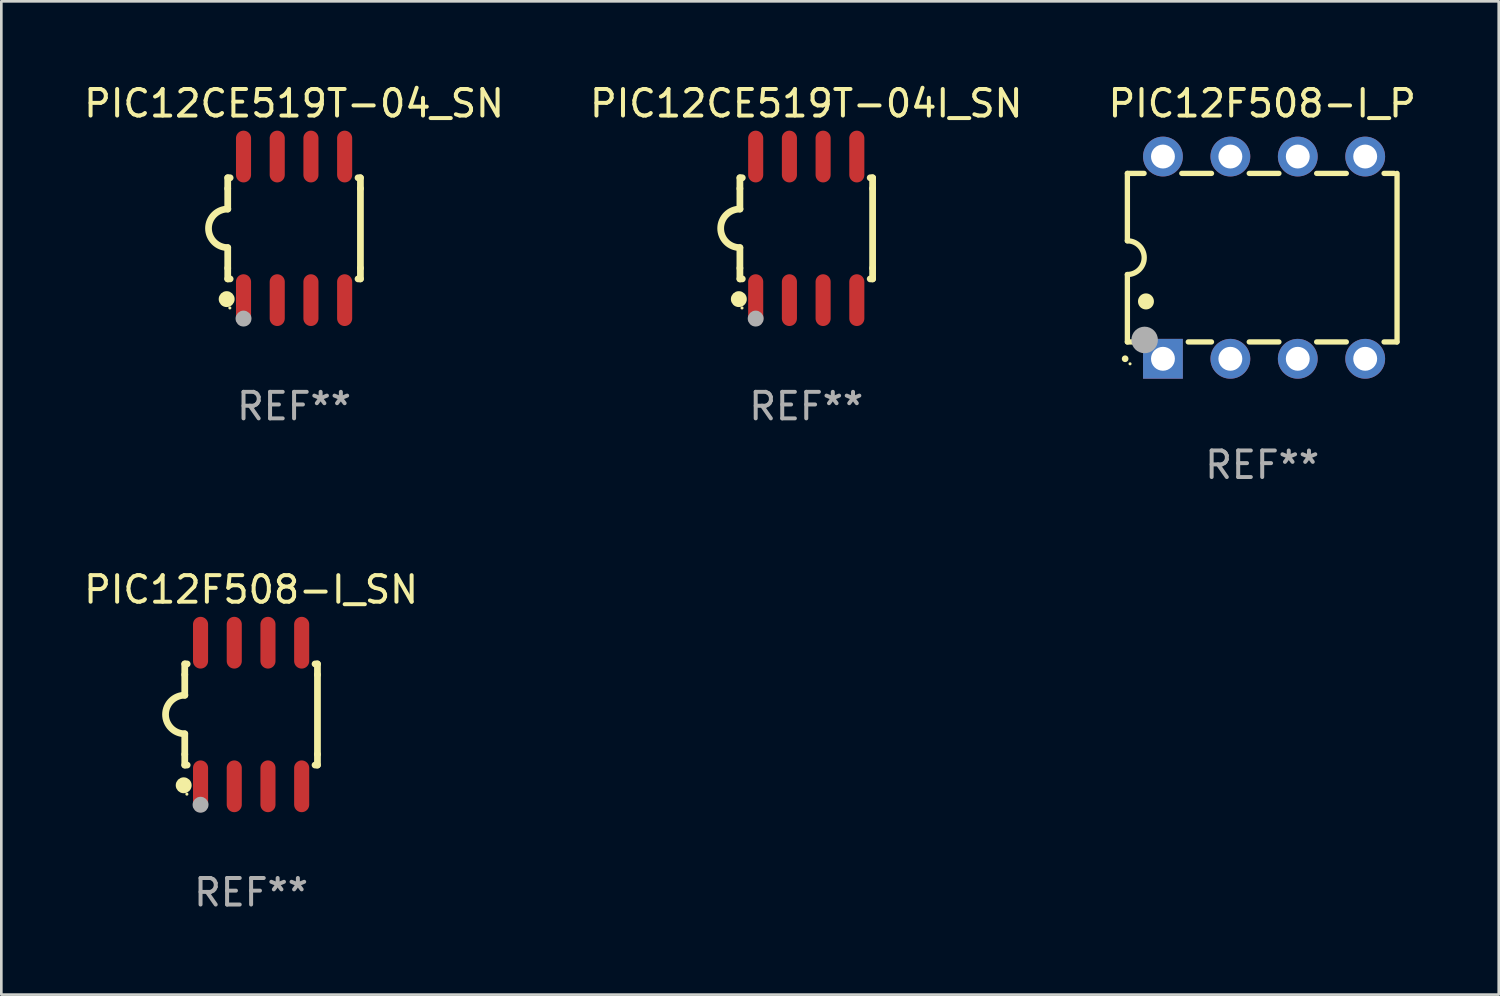
<source format=kicad_pcb>
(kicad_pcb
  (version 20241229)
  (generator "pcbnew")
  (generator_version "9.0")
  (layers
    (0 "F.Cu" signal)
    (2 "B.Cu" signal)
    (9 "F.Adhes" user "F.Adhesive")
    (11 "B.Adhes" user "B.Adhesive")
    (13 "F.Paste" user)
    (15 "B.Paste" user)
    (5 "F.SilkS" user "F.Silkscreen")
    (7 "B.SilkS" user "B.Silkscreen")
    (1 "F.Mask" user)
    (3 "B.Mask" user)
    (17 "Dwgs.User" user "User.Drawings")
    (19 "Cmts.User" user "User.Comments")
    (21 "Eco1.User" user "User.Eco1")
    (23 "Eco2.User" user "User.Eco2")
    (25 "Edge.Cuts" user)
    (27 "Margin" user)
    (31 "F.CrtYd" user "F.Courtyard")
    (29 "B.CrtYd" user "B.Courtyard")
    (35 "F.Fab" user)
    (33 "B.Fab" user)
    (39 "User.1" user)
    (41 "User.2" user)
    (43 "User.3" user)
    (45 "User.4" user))
  (footprint "PIC12CE519T-04_SN"
    (layer "F.Cu")
    (at 8.03 5.553)
    (property "Reference" "PIC12CE519T-04_SN" (at 0 -4.705 0) (layer "F.SilkS") (effects (font (size 1 1) (thickness 0.15))))
    (attr through_hole)
    (fp_line (start -2.5 -1.905) (end -2.409 -1.905) (stroke (width 0.254) (type solid)) (layer "F.SilkS"))
    (fp_line (start -2.5 -1.5) (end -2.5 -1.905) (stroke (width 0.254) (type solid)) (layer "F.SilkS"))
    (fp_line (start -2.5 -1.5) (end -2.5 -0.726) (stroke (width 0.254) (type solid)) (layer "F.SilkS"))
    (fp_line (start -2.5 1.5) (end -2.5 0.727) (stroke (width 0.254) (type solid)) (layer "F.SilkS"))
    (fp_line (start -2.5 1.5) (end -2.5 1.905) (stroke (width 0.254) (type solid)) (layer "F.SilkS"))
    (fp_line (start -2.5 1.905) (end -2.409 1.905) (stroke (width 0.254) (type solid)) (layer "F.SilkS"))
    (fp_line (start 2.5 -1.905) (end 2.409 -1.905) (stroke (width 0.254) (type solid)) (layer "F.SilkS"))
    (fp_line (start 2.5 -1.5) (end 2.5 -1.905) (stroke (width 0.254) (type solid)) (layer "F.SilkS"))
    (fp_line (start 2.5 -1.5) (end 2.5 1.5) (stroke (width 0.254) (type solid)) (layer "F.SilkS"))
    (fp_line (start 2.5 1.5) (end 2.5 1.905) (stroke (width 0.254) (type solid)) (layer "F.SilkS"))
    (fp_line (start 2.5 1.905) (end 2.409 1.905) (stroke (width 0.254) (type solid)) (layer "F.SilkS"))
    (fp_arc (start -2.5 0.726568) (mid -3.220316 -0.0023) (end -2.495097 -0.726289) (stroke (width 0.254001) (type solid)) (layer "F.SilkS"))
    (fp_circle (center -2.54 2.667) (end -2.39 2.667) (stroke (width 0.3) (type solid)) (fill no) (layer "F.SilkS"))
    (fp_circle (center -2.42 3) (end -2.39 3) (stroke (width 0.06) (type solid)) (fill no) (layer "F.SilkS"))
    (fp_circle (center -1.905 3.4) (end -1.755 3.4) (stroke (width 0.3) (type solid)) (fill no) (layer "F.Fab"))
    (fp_text user "REF**" (at 0 6.705 0) (layer "F.Fab") (effects (font (size 1 1) (thickness 0.15))))
    (pad "1" smd oval (at -1.905 2.705) (size 0.568 1.95) (layers "F.Cu" "F.Mask" "F.Paste"))
    (pad "2" smd oval (at -0.635 2.705) (size 0.568 1.95) (layers "F.Cu" "F.Mask" "F.Paste"))
    (pad "3" smd oval (at 0.635 2.705) (size 0.568 1.95) (layers "F.Cu" "F.Mask" "F.Paste"))
    (pad "4" smd oval (at 1.905 2.705) (size 0.568 1.95) (layers "F.Cu" "F.Mask" "F.Paste"))
    (pad "5" smd oval (at 1.905 -2.705) (size 0.568 1.95) (layers "F.Cu" "F.Mask" "F.Paste"))
    (pad "6" smd oval (at 0.635 -2.705) (size 0.568 1.95) (layers "F.Cu" "F.Mask" "F.Paste"))
    (pad "7" smd oval (at -0.635 -2.705) (size 0.568 1.95) (layers "F.Cu" "F.Mask" "F.Paste"))
    (pad "8" smd oval (at -1.905 -2.705) (size 0.568 1.95) (layers "F.Cu" "F.Mask" "F.Paste")))
  (footprint "PIC12CE519T-04I_SN"
    (layer "F.Cu")
    (at 27.327 5.553)
    (property "Reference" "PIC12CE519T-04I_SN" (at 0 -4.705 0) (layer "F.SilkS") (effects (font (size 1 1) (thickness 0.15))))
    (attr through_hole)
    (fp_line (start -2.5 -1.905) (end -2.409 -1.905) (stroke (width 0.254) (type solid)) (layer "F.SilkS"))
    (fp_line (start -2.5 -1.5) (end -2.5 -1.905) (stroke (width 0.254) (type solid)) (layer "F.SilkS"))
    (fp_line (start -2.5 -1.5) (end -2.5 -0.726) (stroke (width 0.254) (type solid)) (layer "F.SilkS"))
    (fp_line (start -2.5 1.5) (end -2.5 0.727) (stroke (width 0.254) (type solid)) (layer "F.SilkS"))
    (fp_line (start -2.5 1.5) (end -2.5 1.905) (stroke (width 0.254) (type solid)) (layer "F.SilkS"))
    (fp_line (start -2.5 1.905) (end -2.409 1.905) (stroke (width 0.254) (type solid)) (layer "F.SilkS"))
    (fp_line (start 2.5 -1.905) (end 2.409 -1.905) (stroke (width 0.254) (type solid)) (layer "F.SilkS"))
    (fp_line (start 2.5 -1.5) (end 2.5 -1.905) (stroke (width 0.254) (type solid)) (layer "F.SilkS"))
    (fp_line (start 2.5 -1.5) (end 2.5 1.5) (stroke (width 0.254) (type solid)) (layer "F.SilkS"))
    (fp_line (start 2.5 1.5) (end 2.5 1.905) (stroke (width 0.254) (type solid)) (layer "F.SilkS"))
    (fp_line (start 2.5 1.905) (end 2.409 1.905) (stroke (width 0.254) (type solid)) (layer "F.SilkS"))
    (fp_arc (start -2.5 0.726568) (mid -3.220316 -0.0023) (end -2.495097 -0.726289) (stroke (width 0.254001) (type solid)) (layer "F.SilkS"))
    (fp_circle (center -2.54 2.667) (end -2.39 2.667) (stroke (width 0.3) (type solid)) (fill no) (layer "F.SilkS"))
    (fp_circle (center -2.42 3) (end -2.39 3) (stroke (width 0.06) (type solid)) (fill no) (layer "F.SilkS"))
    (fp_circle (center -1.905 3.4) (end -1.755 3.4) (stroke (width 0.3) (type solid)) (fill no) (layer "F.Fab"))
    (fp_text user "REF**" (at 0 6.705 0) (layer "F.Fab") (effects (font (size 1 1) (thickness 0.15))))
    (pad "1" smd oval (at -1.905 2.705) (size 0.568 1.95) (layers "F.Cu" "F.Mask" "F.Paste"))
    (pad "2" smd oval (at -0.635 2.705) (size 0.568 1.95) (layers "F.Cu" "F.Mask" "F.Paste"))
    (pad "3" smd oval (at 0.635 2.705) (size 0.568 1.95) (layers "F.Cu" "F.Mask" "F.Paste"))
    (pad "4" smd oval (at 1.905 2.705) (size 0.568 1.95) (layers "F.Cu" "F.Mask" "F.Paste"))
    (pad "5" smd oval (at 1.905 -2.705) (size 0.568 1.95) (layers "F.Cu" "F.Mask" "F.Paste"))
    (pad "6" smd oval (at 0.635 -2.705) (size 0.568 1.95) (layers "F.Cu" "F.Mask" "F.Paste"))
    (pad "7" smd oval (at -0.635 -2.705) (size 0.568 1.95) (layers "F.Cu" "F.Mask" "F.Paste"))
    (pad "8" smd oval (at -1.905 -2.705) (size 0.568 1.95) (layers "F.Cu" "F.Mask" "F.Paste")))
  (footprint "PIC12F508-I_SN"
    (layer "F.Cu")
    (at 6.411 23.87)
    (property "Reference" "PIC12F508-I_SN" (at 0 -4.705 0) (layer "F.SilkS") (effects (font (size 1 1) (thickness 0.15))))
    (attr through_hole)
    (fp_line (start -2.5 -1.905) (end -2.409 -1.905) (stroke (width 0.254) (type solid)) (layer "F.SilkS"))
    (fp_line (start -2.5 -1.5) (end -2.5 -1.905) (stroke (width 0.254) (type solid)) (layer "F.SilkS"))
    (fp_line (start -2.5 -1.5) (end -2.5 -0.726) (stroke (width 0.254) (type solid)) (layer "F.SilkS"))
    (fp_line (start -2.5 1.5) (end -2.5 0.727) (stroke (width 0.254) (type solid)) (layer "F.SilkS"))
    (fp_line (start -2.5 1.5) (end -2.5 1.905) (stroke (width 0.254) (type solid)) (layer "F.SilkS"))
    (fp_line (start -2.5 1.905) (end -2.409 1.905) (stroke (width 0.254) (type solid)) (layer "F.SilkS"))
    (fp_line (start 2.5 -1.905) (end 2.409 -1.905) (stroke (width 0.254) (type solid)) (layer "F.SilkS"))
    (fp_line (start 2.5 -1.5) (end 2.5 -1.905) (stroke (width 0.254) (type solid)) (layer "F.SilkS"))
    (fp_line (start 2.5 -1.5) (end 2.5 1.5) (stroke (width 0.254) (type solid)) (layer "F.SilkS"))
    (fp_line (start 2.5 1.5) (end 2.5 1.905) (stroke (width 0.254) (type solid)) (layer "F.SilkS"))
    (fp_line (start 2.5 1.905) (end 2.409 1.905) (stroke (width 0.254) (type solid)) (layer "F.SilkS"))
    (fp_arc (start -2.5 0.726568) (mid -3.220316 -0.0023) (end -2.495097 -0.726289) (stroke (width 0.254001) (type solid)) (layer "F.SilkS"))
    (fp_circle (center -2.54 2.667) (end -2.39 2.667) (stroke (width 0.3) (type solid)) (fill no) (layer "F.SilkS"))
    (fp_circle (center -2.42 3) (end -2.39 3) (stroke (width 0.06) (type solid)) (fill no) (layer "F.SilkS"))
    (fp_circle (center -1.905 3.4) (end -1.755 3.4) (stroke (width 0.3) (type solid)) (fill no) (layer "F.Fab"))
    (fp_text user "REF**" (at 0 6.705 0) (layer "F.Fab") (effects (font (size 1 1) (thickness 0.15))))
    (pad "1" smd oval (at -1.905 2.705) (size 0.568 1.95) (layers "F.Cu" "F.Mask" "F.Paste"))
    (pad "2" smd oval (at -0.635 2.705) (size 0.568 1.95) (layers "F.Cu" "F.Mask" "F.Paste"))
    (pad "3" smd oval (at 0.635 2.705) (size 0.568 1.95) (layers "F.Cu" "F.Mask" "F.Paste"))
    (pad "4" smd oval (at 1.905 2.705) (size 0.568 1.95) (layers "F.Cu" "F.Mask" "F.Paste"))
    (pad "5" smd oval (at 1.905 -2.705) (size 0.568 1.95) (layers "F.Cu" "F.Mask" "F.Paste"))
    (pad "6" smd oval (at 0.635 -2.705) (size 0.568 1.95) (layers "F.Cu" "F.Mask" "F.Paste"))
    (pad "7" smd oval (at -0.635 -2.705) (size 0.568 1.95) (layers "F.Cu" "F.Mask" "F.Paste"))
    (pad "8" smd oval (at -1.905 -2.705) (size 0.568 1.95) (layers "F.Cu" "F.Mask" "F.Paste")))
  (footprint "PIC12F508-I_P"
    (layer "F.Cu")
    (at 44.506 6.658)
    (property "Reference" "PIC12F508-I_P" (at 0 -5.81 0) (layer "F.SilkS") (effects (font (size 1 1) (thickness 0.15))))
    (attr through_hole)
    (fp_line (start -5.08 -3.175) (end -4.451 -3.175) (stroke (width 0.2) (type solid)) (layer "F.SilkS"))
    (fp_line (start -5.08 -0.635) (end -5.08 -3.175) (stroke (width 0.2) (type solid)) (layer "F.SilkS"))
    (fp_line (start -5.08 3.175) (end -5.08 0.635) (stroke (width 0.2) (type solid)) (layer "F.SilkS"))
    (fp_line (start -4.694 3.175) (end -5.08 3.175) (stroke (width 0.2) (type solid)) (layer "F.SilkS"))
    (fp_line (start -3.029 -3.175) (end -1.911 -3.175) (stroke (width 0.2) (type solid)) (layer "F.SilkS"))
    (fp_line (start -1.911 3.175) (end -2.786 3.175) (stroke (width 0.2) (type solid)) (layer "F.SilkS"))
    (fp_line (start -0.489 -3.175) (end 0.629 -3.175) (stroke (width 0.2) (type solid)) (layer "F.SilkS"))
    (fp_line (start 0.629 3.175) (end -0.489 3.175) (stroke (width 0.2) (type solid)) (layer "F.SilkS"))
    (fp_line (start 2.051 -3.175) (end 3.169 -3.175) (stroke (width 0.2) (type solid)) (layer "F.SilkS"))
    (fp_line (start 3.169 3.175) (end 2.051 3.175) (stroke (width 0.2) (type solid)) (layer "F.SilkS"))
    (fp_line (start 4.591 -3.175) (end 4.97 -3.175) (stroke (width 0.2) (type solid)) (layer "F.SilkS"))
    (fp_line (start 5.074 3.175) (end 4.591 3.175) (stroke (width 0.2) (type solid)) (layer "F.SilkS"))
    (fp_line (start 5.08 -3.175) (end 5.08 3.175) (stroke (width 0.2) (type solid)) (layer "F.SilkS"))
    (fp_arc (start -5.164948 3.810008) (mid -5.164955 3.808738) (end -5.164948 3.807468) (stroke (width 0.25) (type solid)) (layer "F.SilkS"))
    (fp_arc (start -5.081128 -0.635001) (mid -4.446127 0) (end -5.081128 0.635001) (stroke (width 0.2) (type solid)) (layer "F.SilkS"))
    (fp_arc (start -4.380086 1.651003) (mid -4.380097 1.648463) (end -4.380086 1.645923) (stroke (width 0.6) (type solid)) (layer "F.SilkS"))
    (fp_circle (center -4.98 4) (end -4.95 4) (stroke (width 0.06) (type solid)) (fill no) (layer "F.SilkS"))
    (fp_circle (center -4.43 3.1) (end -4.18 3.1) (stroke (width 0.5) (type solid)) (fill no) (layer "F.Fab"))
    (fp_text user "REF**" (at 0 7.81 0) (layer "F.Fab") (effects (font (size 1 1) (thickness 0.15))))
    (pad "1" thru_hole rect (at -3.74 3.81) (size 1.5 1.5) (drill 0.9) (layers "*.Cu" "*.Mask"))
    (pad "2" thru_hole circle (at -1.2 3.81) (size 1.5 1.5) (drill 0.9) (layers "*.Cu" "*.Mask"))
    (pad "3" thru_hole circle (at 1.34 3.81) (size 1.5 1.5) (drill 0.9) (layers "*.Cu" "*.Mask"))
    (pad "4" thru_hole circle (at 3.88 3.81) (size 1.5 1.5) (drill 0.9) (layers "*.Cu" "*.Mask"))
    (pad "5" thru_hole circle (at 3.88 -3.81) (size 1.5 1.5) (drill 0.9) (layers "*.Cu" "*.Mask"))
    (pad "6" thru_hole circle (at 1.34 -3.81) (size 1.5 1.5) (drill 0.9) (layers "*.Cu" "*.Mask"))
    (pad "7" thru_hole circle (at -1.2 -3.81) (size 1.5 1.5) (drill 0.9) (layers "*.Cu" "*.Mask"))
    (pad "8" thru_hole circle (at -3.74 -3.81) (size 1.5 1.5) (drill 0.9) (layers "*.Cu" "*.Mask")))
  (gr_rect
    (start -3 -3)
    (end 53.417 34.423)
    (stroke (width 0.1) (type default))
    (fill no)
    (layer "Edge.Cuts")))
</source>
